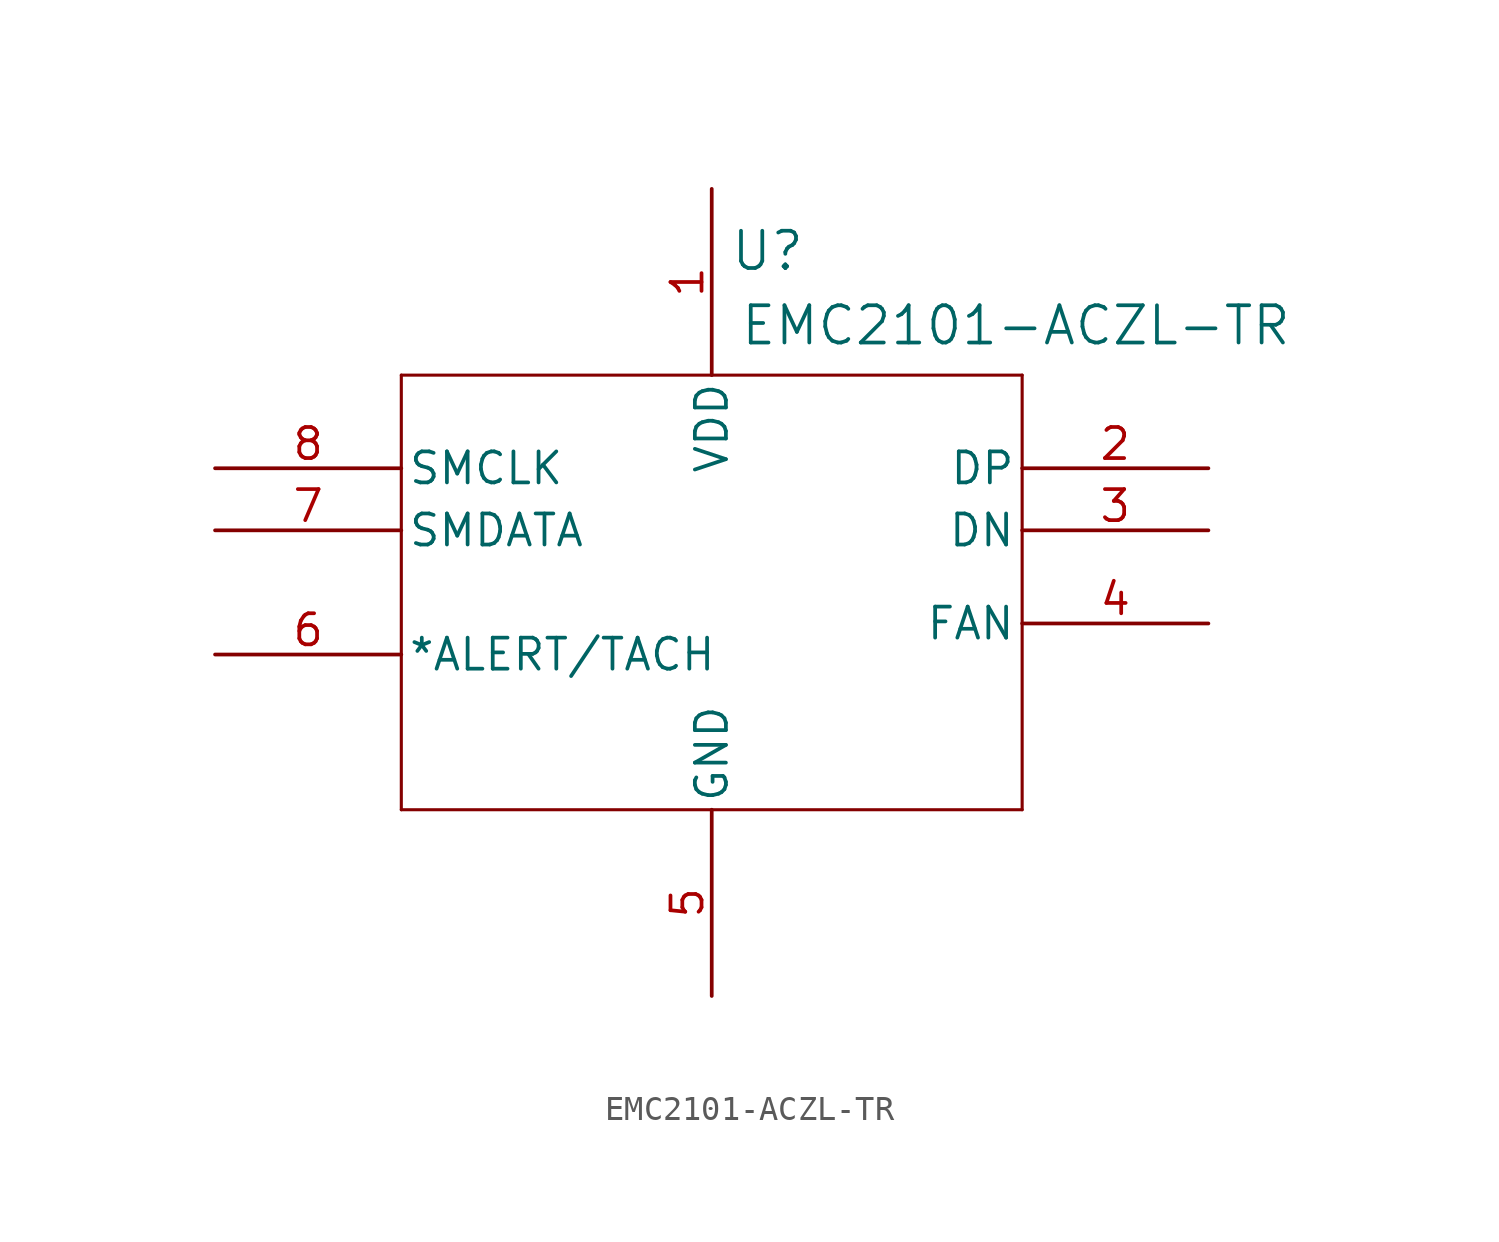
<source format=kicad_sym>
(kicad_symbol_lib
  (version 20241209)
  (generator "kicad_symbol_editor")
  (generator_version "9.0")
  (symbol "EMC2101-ACZL-TR"
    (pin_names
      (offset 0.254))
    (property "Reference" "U"
      (at 22.606 8.89 0)
      (effects (font (size 1.524 1.524))))
    (property "Value" "EMC2101-ACZL-TR"
      (at 32.766 5.842 0)
      (effects (font (size 1.524 1.524))))
    (property "ki_locked" ""
      (at 0 0 0)
      (effects (font (size 1.27 1.27))))
    (symbol "EMC2101-ACZL-TR_0_1"
      (polyline (pts (xy 7.62 3.81) (xy 7.62 -13.97)) (stroke (width 0.127) (type default)) (fill (type none)))
      (polyline (pts (xy 7.62 -13.97) (xy 33.02 -13.97)) (stroke (width 0.127) (type default)) (fill (type none)))
      (polyline (pts (xy 33.02 3.81) (xy 7.62 3.81)) (stroke (width 0.127) (type default)) (fill (type none)))
      (polyline (pts (xy 33.02 -13.97) (xy 33.02 3.81)) (stroke (width 0.127) (type default)) (fill (type none)))
      (pin bidirectional line (at 0 0 0) (length 7.62) (name "SMCLK" (effects (font (size 1.27 1.27)))) (number "8" (effects (font (size 1.27 1.27)))))
      (pin bidirectional line (at 0 -2.54 0) (length 7.62) (name "SMDATA" (effects (font (size 1.27 1.27)))) (number "7" (effects (font (size 1.27 1.27)))))
      (pin bidirectional line (at 0 -7.62 0) (length 7.62) (name "*ALERT/TACH" (effects (font (size 1.27 1.27)))) (number "6" (effects (font (size 1.27 1.27)))))
      (pin power_in line (at 20.32 11.43 270) (length 7.62) (name "VDD" (effects (font (size 1.27 1.27)))) (number "1" (effects (font (size 1.27 1.27)))))
      (pin power_in line (at 20.32 -21.59 90) (length 7.62) (name "GND" (effects (font (size 1.27 1.27)))) (number "5" (effects (font (size 1.27 1.27)))))
      (pin input line (at 40.64 0 180) (length 7.62) (name "DP" (effects (font (size 1.27 1.27)))) (number "2" (effects (font (size 1.27 1.27)))))
      (pin input line (at 40.64 -2.54 180) (length 7.62) (name "DN" (effects (font (size 1.27 1.27)))) (number "3" (effects (font (size 1.27 1.27)))))
      (pin output line (at 40.64 -6.35 180) (length 7.62) (name "FAN" (effects (font (size 1.27 1.27)))) (number "4" (effects (font (size 1.27 1.27))))))))
</source>
